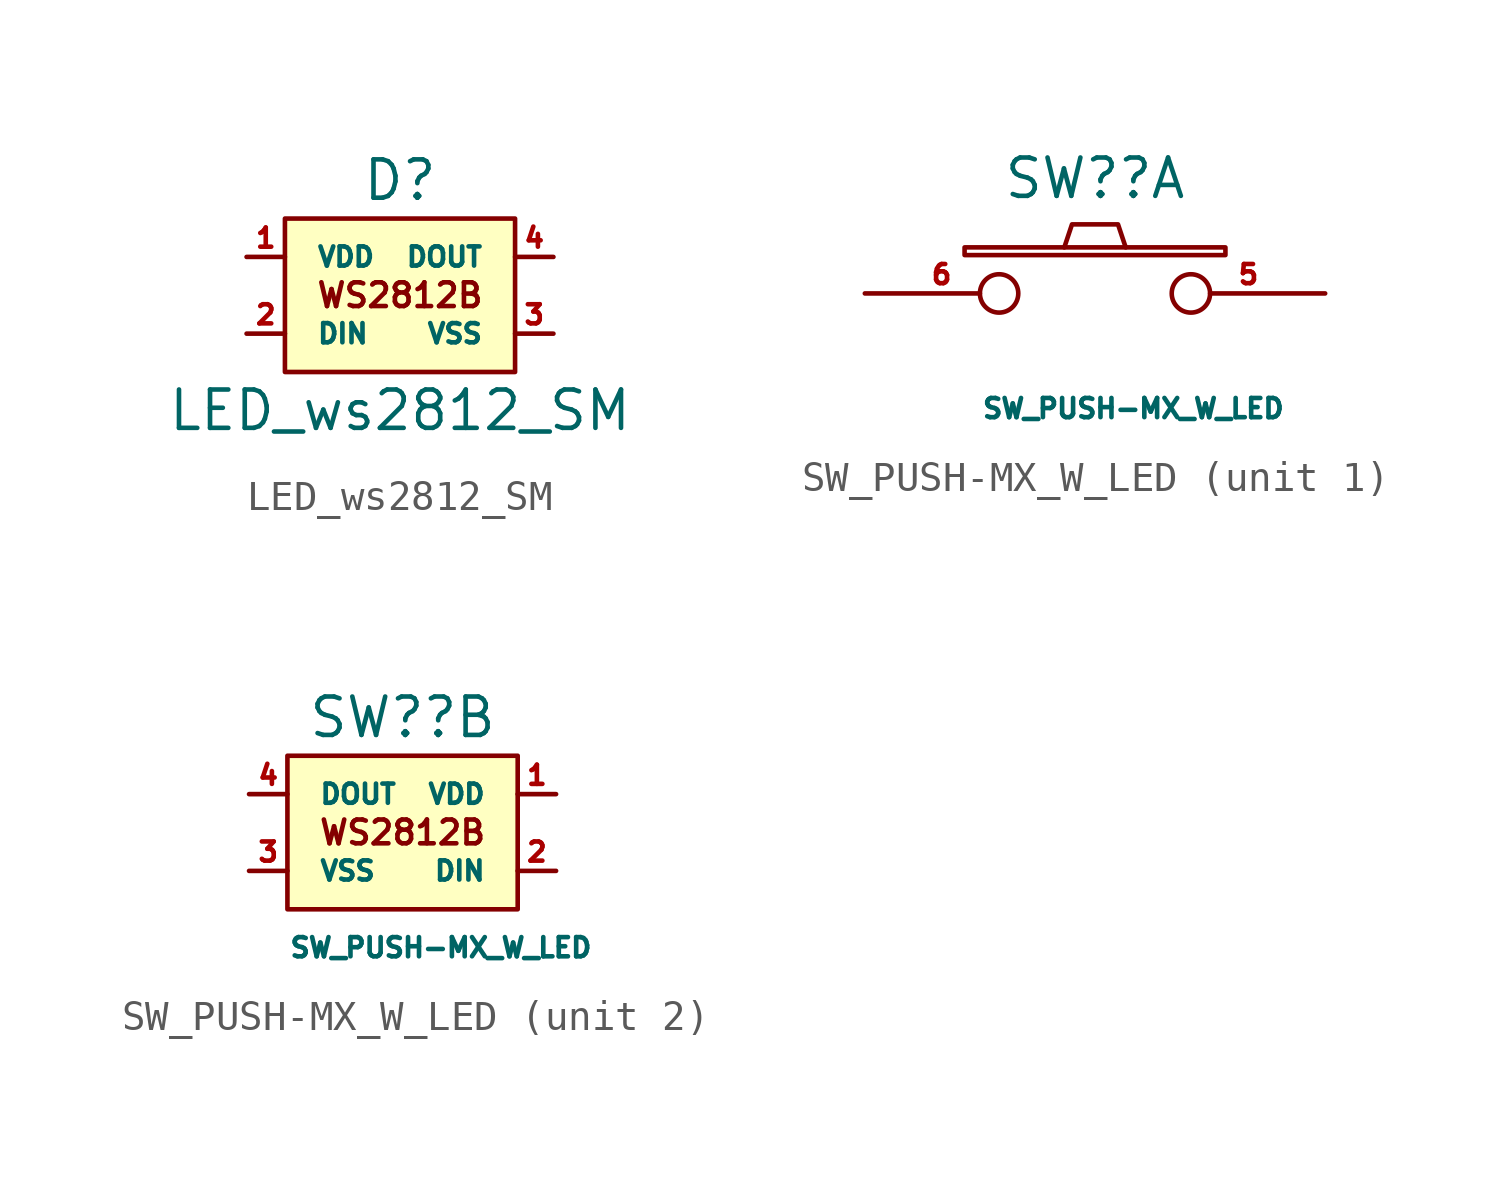
<source format=kicad_sym>
(kicad_symbol_lib
  (version 20211014)
  (generator kicad_symbol_editor)
  (symbol "LED_ws2812_SM"
    (pin_names
      (offset 1.016))
    (property "Reference" "D"
      (at 0 3.81 0)
      (effects (font (size 1.27 1.27))))
    (property "Value" "LED_ws2812_SM"
      (at 0 -3.81 0)
      (effects (font (size 1.27 1.27))))
    (symbol "LED_ws2812_SM_1_1"
      (rectangle (start 3.81 -2.54) (end -3.81 2.54) (stroke (width 0) (type default) (color 0 0 0 0)) (fill (type background)))
      (text "WS2812B" (at 0 0 0) (effects (font (size 0.787 0.787))))
      (pin power_in line (at -5.08 1.27 0) (length 1.27) (name "VDD" (effects (font (size 0.635 0.635)))) (number "1" (effects (font (size 0.635 0.635)))))
      (pin input line (at -5.08 -1.27 0) (length 1.27) (name "DIN" (effects (font (size 0.635 0.635)))) (number "2" (effects (font (size 0.635 0.635)))))
      (pin power_in line (at 5.08 -1.27 180) (length 1.27) (name "VSS" (effects (font (size 0.635 0.635)))) (number "3" (effects (font (size 0.635 0.635)))))
      (pin output line (at 5.08 1.27 180) (length 1.27) (name "DOUT" (effects (font (size 0.635 0.635)))) (number "4" (effects (font (size 0.635 0.635)))))))
  (symbol "SW_PUSH-MX_W_LED"
    (pin_names
      (offset 1.016))
    (property "Reference" "SW?"
      (at 0 3.81 0)
      (effects (font (size 1.27 1.27))))
    (property "Value" "SW_PUSH-MX_W_LED"
      (at 1.27 -3.81 0)
      (effects (font (size 0.635 0.635))))
    (property "ki_locked" ""
      (at 0 0 0)
      (effects (font (size 1.27 1.27))))
    (symbol "SW_PUSH-MX_W_LED_1_1"
      (rectangle (start -4.318 1.27) (end 4.318 1.524) (stroke (width 0) (type default) (color 0 0 0 0)) (fill (type none)))
      (polyline (pts (xy -1.016 1.524) (xy -0.762 2.286) (xy 0.762 2.286) (xy 1.016 1.524)) (stroke (width 0) (type default) (color 0 0 0 0)) (fill (type none)))
      (pin passive inverted (at 7.62 0 180) (length 5.08) (name "~" (effects (font (size 0.61 0.61)))) (number "5" (effects (font (size 0.635 0.635)))))
      (pin passive inverted (at -7.62 0 0) (length 5.08) (name "~" (effects (font (size 0.61 0.61)))) (number "6" (effects (font (size 0.635 0.635))))))
    (symbol "SW_PUSH-MX_W_LED_2_1"
      (rectangle (start 3.81 -2.54) (end -3.81 2.54) (stroke (width 0) (type default) (color 0 0 0 0)) (fill (type background)))
      (text "WS2812B" (at 0 0 0) (effects (font (size 0.787 0.787))))
      (pin power_in line (at 5.08 1.27 180) (length 1.27) (name "VDD" (effects (font (size 0.635 0.635)))) (number "1" (effects (font (size 0.635 0.635)))))
      (pin input line (at 5.08 -1.27 180) (length 1.27) (name "DIN" (effects (font (size 0.635 0.635)))) (number "2" (effects (font (size 0.635 0.635)))))
      (pin power_in line (at -5.08 -1.27 0) (length 1.27) (name "VSS" (effects (font (size 0.635 0.635)))) (number "3" (effects (font (size 0.635 0.635)))))
      (pin output line (at -5.08 1.27 0) (length 1.27) (name "DOUT" (effects (font (size 0.635 0.635)))) (number "4" (effects (font (size 0.635 0.635))))))))
</source>
